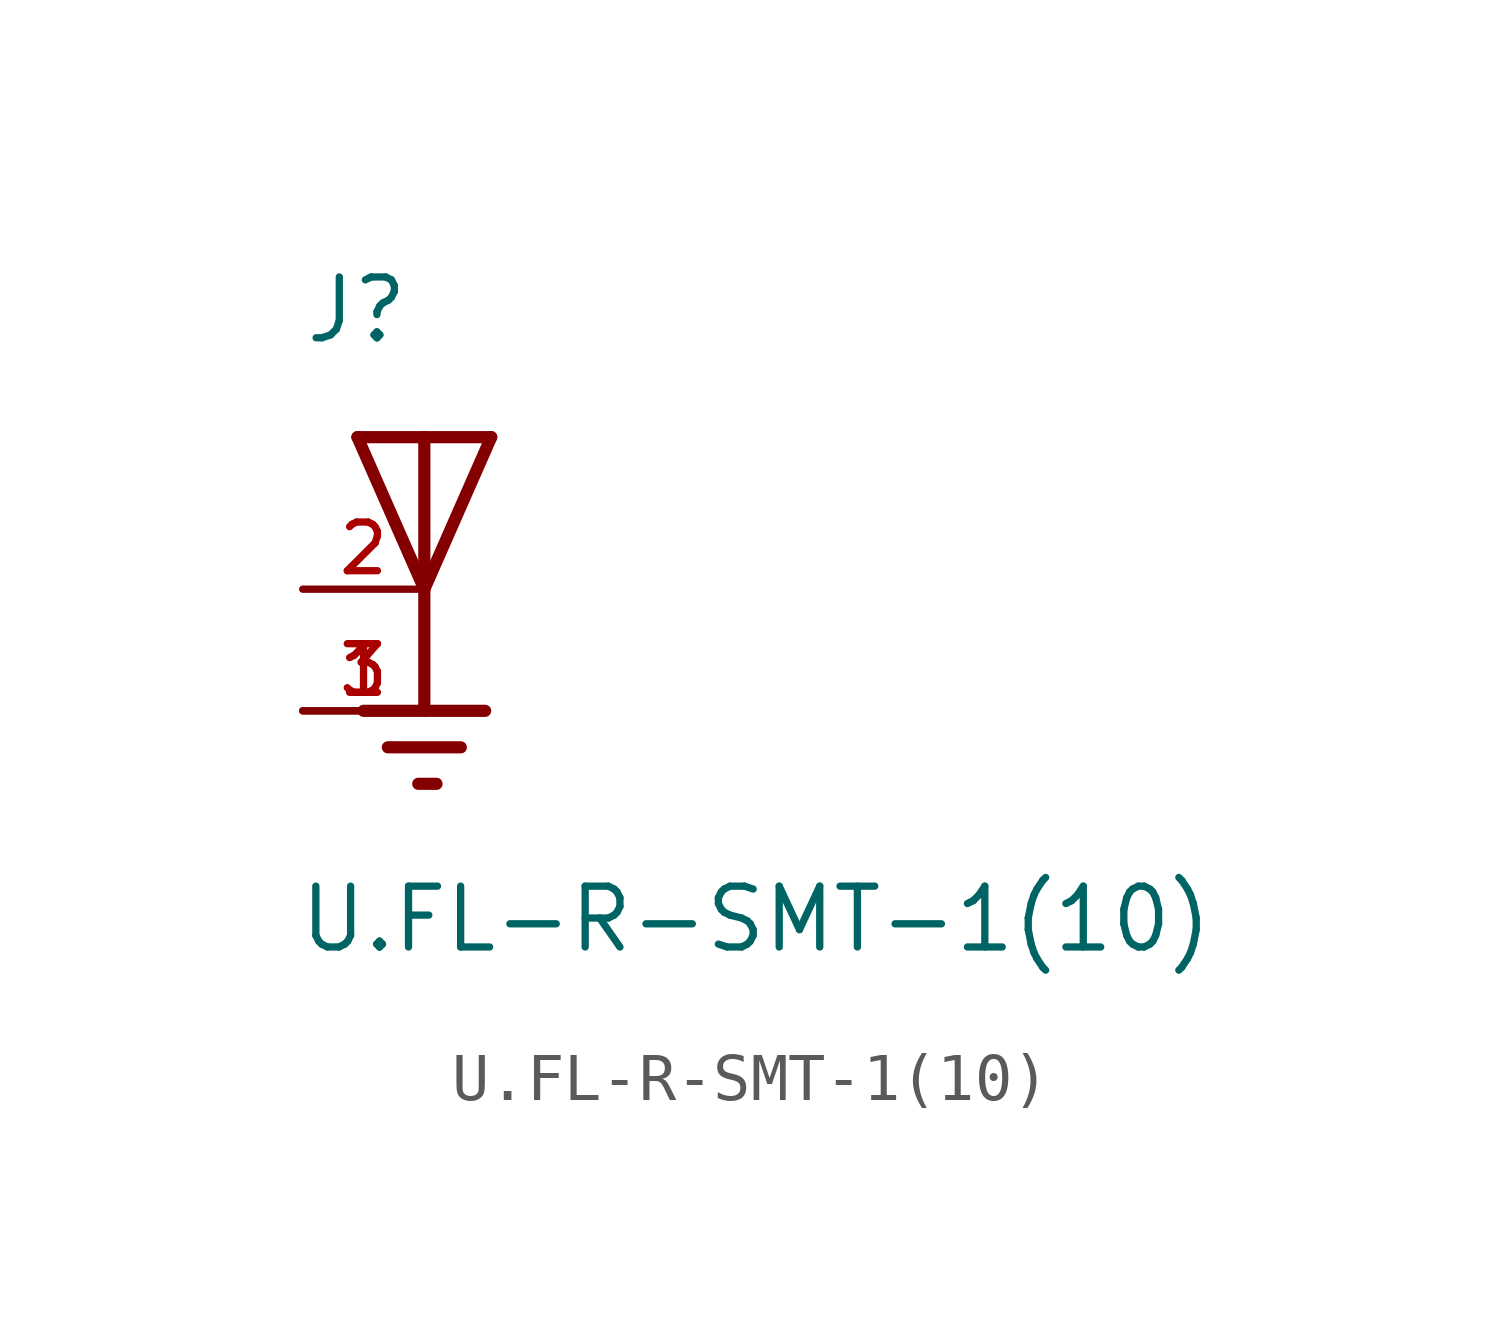
<source format=kicad_sym>
(kicad_symbol_lib
  (version 20211014)
  (generator kicad_symbol_editor)
  (symbol "U.FL-R-SMT-1(10)"
    (pin_names
      (offset 1.016))
    (property "Reference" "J"
      (at -2.541 5.087 0)
      (effects (font (size 1.27 1.27)) (justify bottom left)))
    (property "Value" "U.FL-R-SMT-1(10)"
      (at -2.668 -7.635 0)
      (effects (font (size 1.27 1.27)) (justify bottom left)))
    (symbol "U.FL-R-SMT-1(10)_0_0"
      (polyline (pts (xy -1.397 3.175) (xy 0.0 3.175)) (stroke (width 0.254)))
      (polyline (pts (xy 0.0 3.175) (xy 1.397 3.175)) (stroke (width 0.254)))
      (polyline (pts (xy 1.397 3.175) (xy 0.0 0.0)) (stroke (width 0.254)))
      (polyline (pts (xy 0.0 0.0) (xy -1.397 3.175)) (stroke (width 0.254)))
      (polyline (pts (xy 0.0 3.175) (xy 0.0 0.0)) (stroke (width 0.254)))
      (polyline (pts (xy 0.0 0.0) (xy 0.0 -2.54)) (stroke (width 0.254)))
      (polyline (pts (xy 0.0 -2.54) (xy -1.27 -2.54)) (stroke (width 0.254)))
      (polyline (pts (xy 0.0 -2.54) (xy 1.27 -2.54)) (stroke (width 0.254)))
      (polyline (pts (xy -0.762 -3.302) (xy 0.762 -3.302)) (stroke (width 0.254)))
      (polyline (pts (xy -0.127 -4.064) (xy 0.254 -4.064)) (stroke (width 0.254)))
      (pin passive line (at -2.54 -2.54 0) (length 2.54) (name "~" (effects (font (size 1.016 1.016)))) (number "1" (effects (font (size 1.016 1.016)))))
      (pin passive line (at -2.54 -2.54 0) (length 2.54) (name "~" (effects (font (size 1.016 1.016)))) (number "3" (effects (font (size 1.016 1.016)))))
      (pin passive line (at -2.54 0.0 0) (length 2.54) (name "~" (effects (font (size 1.016 1.016)))) (number "2" (effects (font (size 1.016 1.016))))))))
</source>
